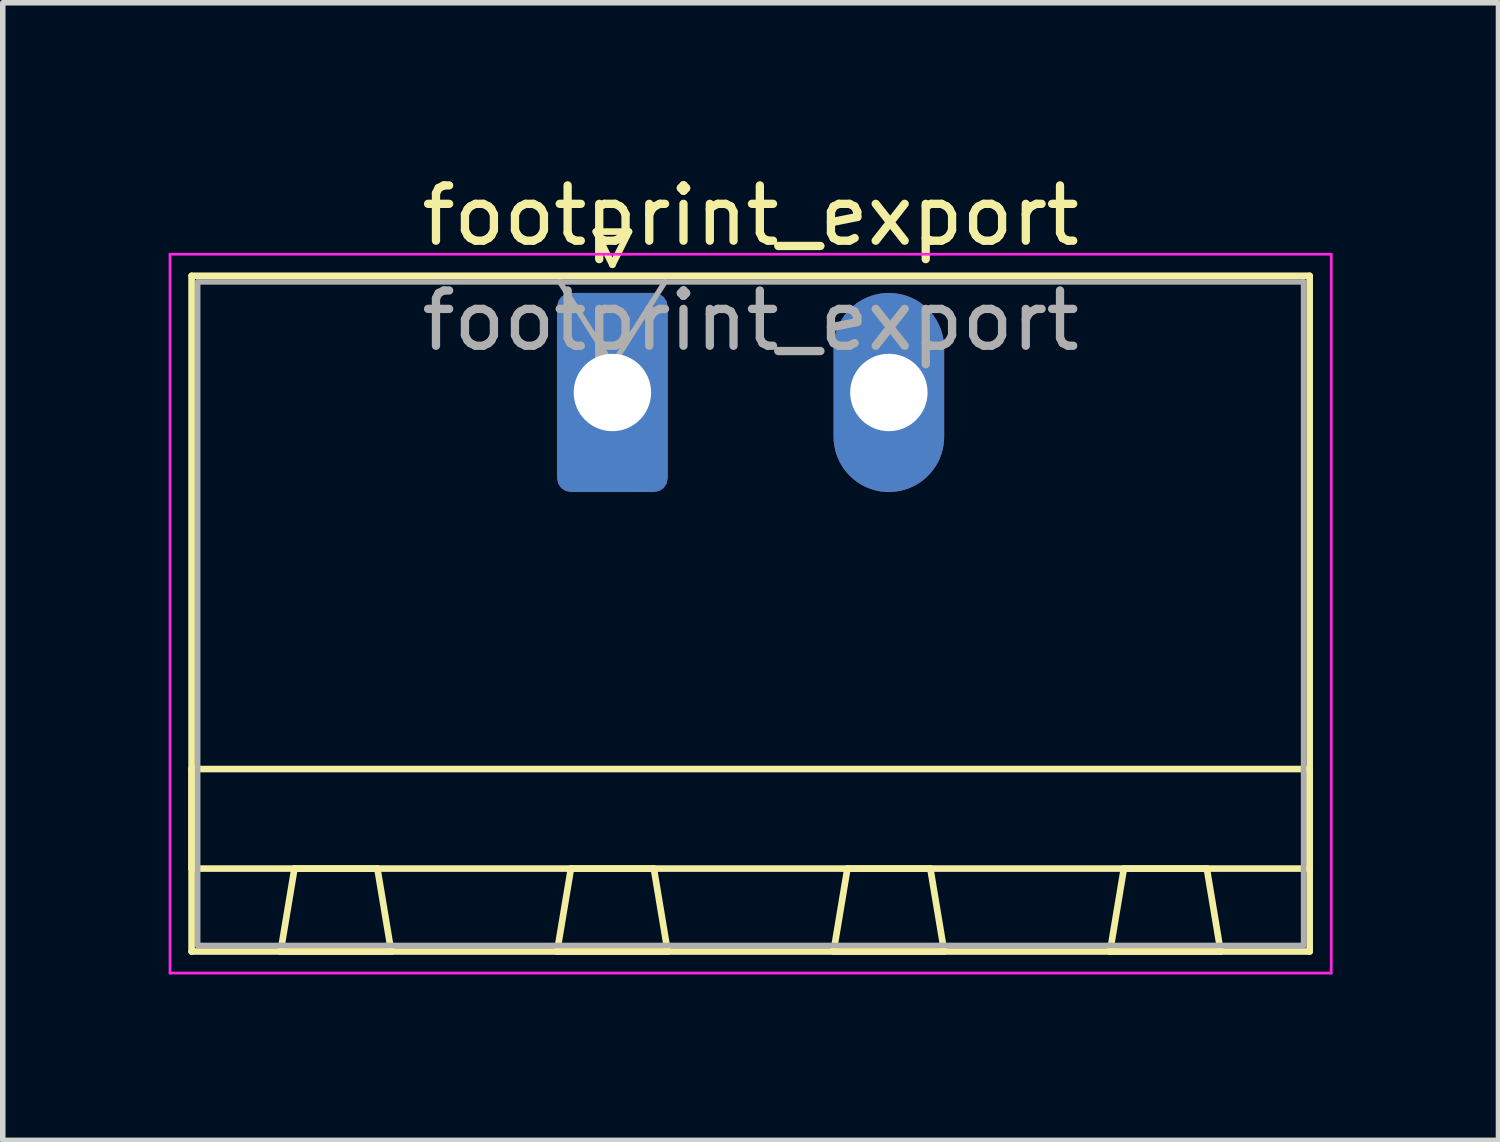
<source format=kicad_pcb>
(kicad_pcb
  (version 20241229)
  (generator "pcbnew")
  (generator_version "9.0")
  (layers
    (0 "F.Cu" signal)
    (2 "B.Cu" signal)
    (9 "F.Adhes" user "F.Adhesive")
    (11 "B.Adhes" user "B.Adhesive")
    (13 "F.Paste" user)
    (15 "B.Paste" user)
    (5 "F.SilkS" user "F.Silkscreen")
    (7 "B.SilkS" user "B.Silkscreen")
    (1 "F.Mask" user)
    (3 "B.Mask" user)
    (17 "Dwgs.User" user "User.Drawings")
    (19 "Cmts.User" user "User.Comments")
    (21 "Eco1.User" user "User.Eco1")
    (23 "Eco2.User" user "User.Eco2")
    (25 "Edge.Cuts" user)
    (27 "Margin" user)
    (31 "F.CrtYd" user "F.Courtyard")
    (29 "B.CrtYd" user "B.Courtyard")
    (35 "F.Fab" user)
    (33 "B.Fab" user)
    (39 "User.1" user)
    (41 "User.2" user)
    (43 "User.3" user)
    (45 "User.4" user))
  (footprint "footprint_export"
    (layer "F.Cu")
    (at 8.025 4.048)
    (property "Reference" "footprint_export" (at 2.5 -3.2 0) (layer "F.SilkS") (effects (font (size 1 1) (thickness 0.15))))
    (attr through_hole)
    (fp_line (start -7.61 -2.11) (end -7.61 10.11) (stroke (width 0.12) (type solid)) (layer "F.SilkS"))
    (fp_line (start -7.61 6.81) (end 12.61 6.81) (stroke (width 0.12) (type solid)) (layer "F.SilkS"))
    (fp_line (start -7.61 8.61) (end -7.61 6.81) (stroke (width 0.12) (type solid)) (layer "F.SilkS"))
    (fp_line (start -7.61 10.11) (end 12.61 10.11) (stroke (width 0.12) (type solid)) (layer "F.SilkS"))
    (fp_line (start -6 10.11) (end -4 10.11) (stroke (width 0.12) (type solid)) (layer "F.SilkS"))
    (fp_line (start -5.75 8.61) (end -6 10.11) (stroke (width 0.12) (type solid)) (layer "F.SilkS"))
    (fp_line (start -4.25 8.61) (end -5.75 8.61) (stroke (width 0.12) (type solid)) (layer "F.SilkS"))
    (fp_line (start -4 10.11) (end -4.25 8.61) (stroke (width 0.12) (type solid)) (layer "F.SilkS"))
    (fp_line (start -1 10.11) (end 1 10.11) (stroke (width 0.12) (type solid)) (layer "F.SilkS"))
    (fp_line (start -0.75 8.61) (end -1 10.11) (stroke (width 0.12) (type solid)) (layer "F.SilkS"))
    (fp_line (start -0.3 -2.91) (end 0.3 -2.91) (stroke (width 0.12) (type solid)) (layer "F.SilkS"))
    (fp_line (start 0 -2.31) (end -0.3 -2.91) (stroke (width 0.12) (type solid)) (layer "F.SilkS"))
    (fp_line (start 0.3 -2.91) (end 0 -2.31) (stroke (width 0.12) (type solid)) (layer "F.SilkS"))
    (fp_line (start 0.75 8.61) (end -0.75 8.61) (stroke (width 0.12) (type solid)) (layer "F.SilkS"))
    (fp_line (start 1 10.11) (end 0.75 8.61) (stroke (width 0.12) (type solid)) (layer "F.SilkS"))
    (fp_line (start 4 10.11) (end 6 10.11) (stroke (width 0.12) (type solid)) (layer "F.SilkS"))
    (fp_line (start 4.25 8.61) (end 4 10.11) (stroke (width 0.12) (type solid)) (layer "F.SilkS"))
    (fp_line (start 5.75 8.61) (end 4.25 8.61) (stroke (width 0.12) (type solid)) (layer "F.SilkS"))
    (fp_line (start 6 10.11) (end 5.75 8.61) (stroke (width 0.12) (type solid)) (layer "F.SilkS"))
    (fp_line (start 9 10.11) (end 11 10.11) (stroke (width 0.12) (type solid)) (layer "F.SilkS"))
    (fp_line (start 9.25 8.61) (end 9 10.11) (stroke (width 0.12) (type solid)) (layer "F.SilkS"))
    (fp_line (start 10.75 8.61) (end 9.25 8.61) (stroke (width 0.12) (type solid)) (layer "F.SilkS"))
    (fp_line (start 11 10.11) (end 10.75 8.61) (stroke (width 0.12) (type solid)) (layer "F.SilkS"))
    (fp_line (start 12.61 -2.11) (end -7.61 -2.11) (stroke (width 0.12) (type solid)) (layer "F.SilkS"))
    (fp_line (start 12.61 6.81) (end 12.61 8.61) (stroke (width 0.12) (type solid)) (layer "F.SilkS"))
    (fp_line (start 12.61 8.61) (end -7.61 8.61) (stroke (width 0.12) (type solid)) (layer "F.SilkS"))
    (fp_line (start 12.61 10.11) (end 12.61 -2.11) (stroke (width 0.12) (type solid)) (layer "F.SilkS"))
    (fp_line (start -8 -2.5) (end -8 10.5) (stroke (width 0.05) (type solid)) (layer "F.CrtYd"))
    (fp_line (start -8 10.5) (end 13 10.5) (stroke (width 0.05) (type solid)) (layer "F.CrtYd"))
    (fp_line (start 13 -2.5) (end -8 -2.5) (stroke (width 0.05) (type solid)) (layer "F.CrtYd"))
    (fp_line (start 13 10.5) (end 13 -2.5) (stroke (width 0.05) (type solid)) (layer "F.CrtYd"))
    (fp_line (start -7.5 -2) (end -7.5 10) (stroke (width 0.1) (type solid)) (layer "F.Fab"))
    (fp_line (start -7.5 10) (end 12.5 10) (stroke (width 0.1) (type solid)) (layer "F.Fab"))
    (fp_line (start 0 -0.5) (end -0.95 -2) (stroke (width 0.1) (type solid)) (layer "F.Fab"))
    (fp_line (start 0.95 -2) (end 0 -0.5) (stroke (width 0.1) (type solid)) (layer "F.Fab"))
    (fp_line (start 12.5 -2) (end -7.5 -2) (stroke (width 0.1) (type solid)) (layer "F.Fab"))
    (fp_line (start 12.5 10) (end 12.5 -2) (stroke (width 0.1) (type solid)) (layer "F.Fab"))
    (fp_text user "${REFERENCE}" (at 2.5 -1.3 0) (layer "F.Fab") (effects (font (size 1 1) (thickness 0.15))))
    (pad "1" thru_hole roundrect (at 0 0) (size 2 3.6) (drill 1.4) (layers "*.Cu" "*.Mask") (roundrect_rratio 0.125))
    (pad "2" thru_hole oval (at 5 0) (size 2 3.6) (drill 1.4) (layers "*.Cu" "*.Mask")))
  (gr_rect
    (start -3 -3)
    (end 24.05 17.573)
    (stroke (width 0.1) (type default))
    (fill no)
    (layer "Edge.Cuts")))
</source>
